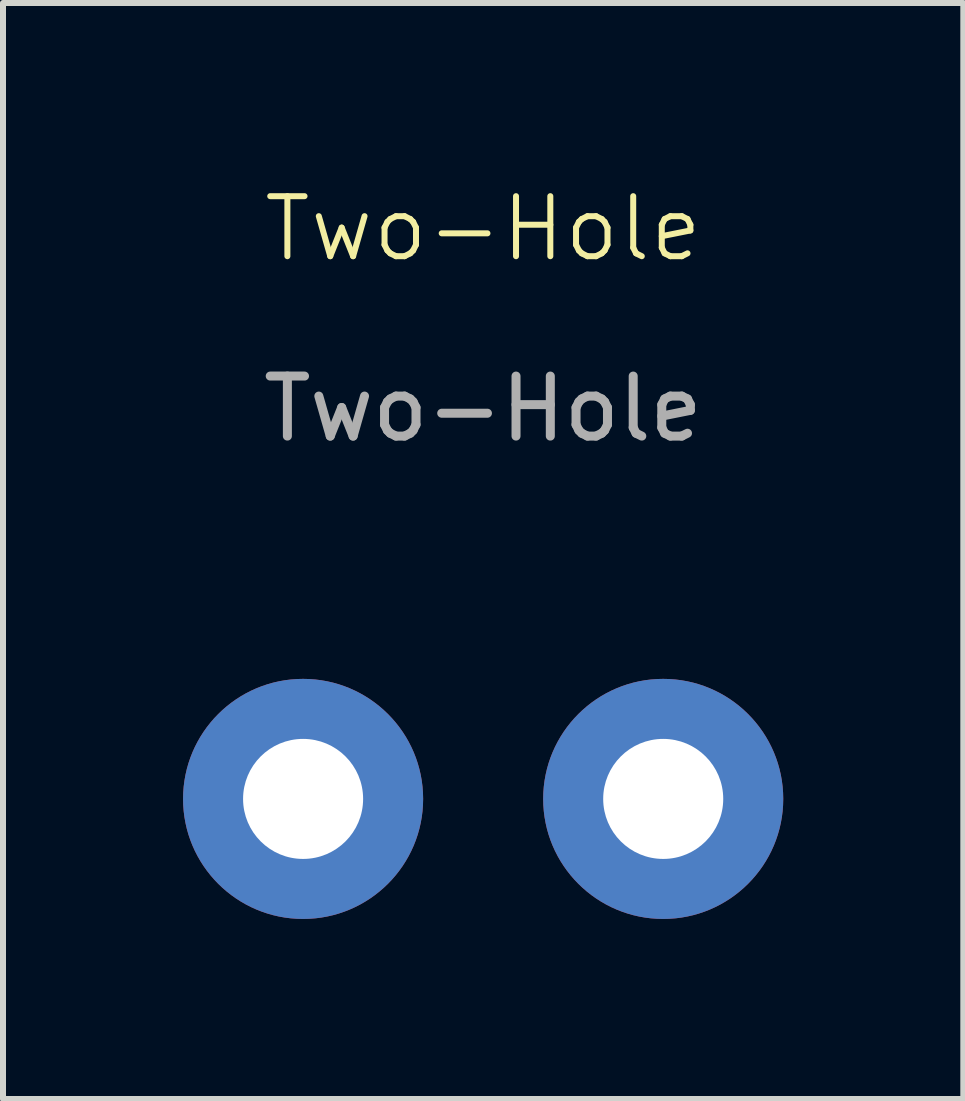
<source format=kicad_pcb>
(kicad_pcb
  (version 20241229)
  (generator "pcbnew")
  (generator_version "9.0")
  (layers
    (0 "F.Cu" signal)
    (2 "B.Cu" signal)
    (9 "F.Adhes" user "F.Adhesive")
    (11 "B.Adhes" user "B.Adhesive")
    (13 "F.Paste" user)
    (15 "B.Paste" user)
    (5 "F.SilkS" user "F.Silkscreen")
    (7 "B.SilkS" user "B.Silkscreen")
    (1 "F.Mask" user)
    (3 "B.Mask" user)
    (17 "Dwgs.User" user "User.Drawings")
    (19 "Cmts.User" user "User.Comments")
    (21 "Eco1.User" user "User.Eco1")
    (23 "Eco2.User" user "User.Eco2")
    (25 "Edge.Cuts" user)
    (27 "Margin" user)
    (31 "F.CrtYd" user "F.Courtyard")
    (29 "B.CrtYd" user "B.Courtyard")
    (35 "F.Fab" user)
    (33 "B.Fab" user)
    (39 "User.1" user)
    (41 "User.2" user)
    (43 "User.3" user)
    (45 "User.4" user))
  (footprint "Two-Hole"
    (layer "F.Cu")
    (at 5 10.261)
    (property "Reference" "Two-Hole" (at 0 -9.5 0) (unlocked yes) (layer "F.SilkS") (effects (font (size 1 1) (thickness 0.1))))
    (attr through_hole)
    (fp_text user "${REFERENCE}" (at 0 -6.5 0) (unlocked yes) (layer "F.Fab") (effects (font (size 1 1) (thickness 0.15))))
    (pad "1" thru_hole circle (at -3 0) (size 4 4) (drill 2) (layers "*.Cu" "*.Mask"))
    (pad "2" thru_hole circle (at 3 0) (size 4 4) (drill 2) (layers "*.Cu" "*.Mask")))
  (gr_rect
    (start -3 -3)
    (end 13 15.261)
    (stroke (width 0.1) (type default))
    (fill no)
    (layer "Edge.Cuts")))
</source>
